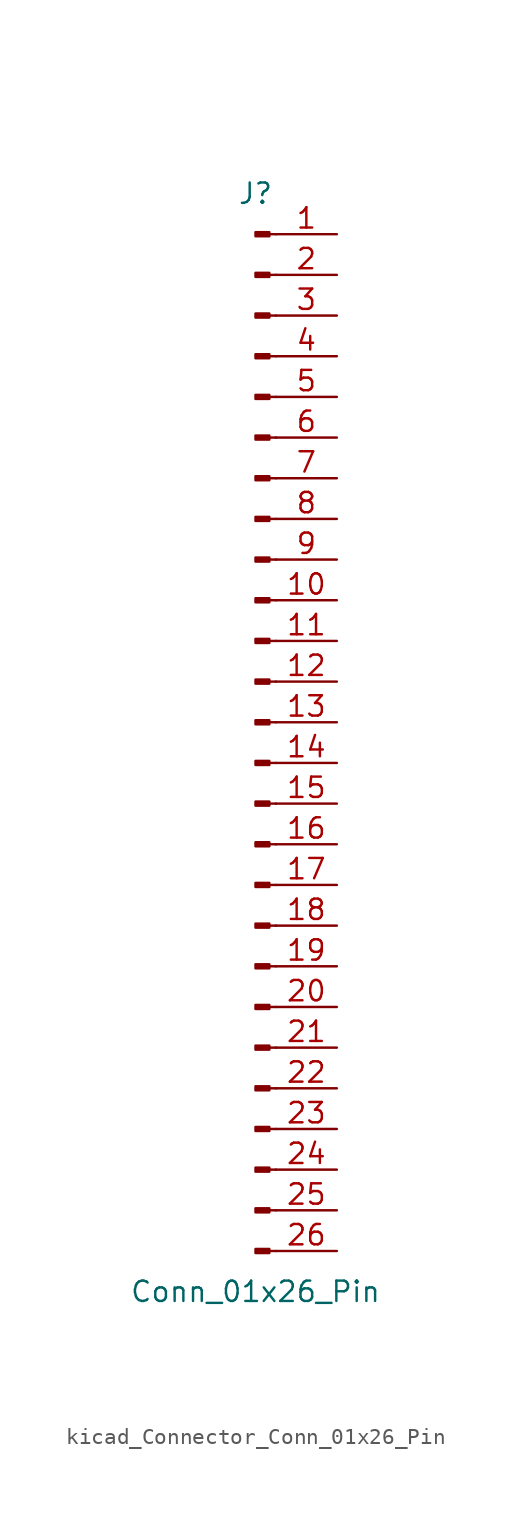
<source format=kicad_sym>
(kicad_symbol_lib
  (version 20220914)
  (generator kicad_symbol_editor)
  (symbol "kicad_Connector_Conn_01x26_Pin"
    (pin_names
      (offset 1.016) hide)
    (property "Reference" "J"
      (at 0 33.02 0)
      (effects (font (size 1.27 1.27))))
    (property "Value" "Conn_01x26_Pin"
      (at 0 -35.56 0)
      (effects (font (size 1.27 1.27))))
    (property "ki_locked" ""
      (at 0 0 0)
      (effects (font (size 1.27 1.27))))
    (symbol "kicad_Connector_Conn_01x26_Pin_1_1"
      (polyline (pts (xy 1.27 -33.02) (xy 0.864 -33.02)) (stroke (width 0.152) (type default)) (fill (type none)))
      (polyline (pts (xy 1.27 -30.48) (xy 0.864 -30.48)) (stroke (width 0.152) (type default)) (fill (type none)))
      (polyline (pts (xy 1.27 -27.94) (xy 0.864 -27.94)) (stroke (width 0.152) (type default)) (fill (type none)))
      (polyline (pts (xy 1.27 -25.4) (xy 0.864 -25.4)) (stroke (width 0.152) (type default)) (fill (type none)))
      (polyline (pts (xy 1.27 -22.86) (xy 0.864 -22.86)) (stroke (width 0.152) (type default)) (fill (type none)))
      (polyline (pts (xy 1.27 -20.32) (xy 0.864 -20.32)) (stroke (width 0.152) (type default)) (fill (type none)))
      (polyline (pts (xy 1.27 -17.78) (xy 0.864 -17.78)) (stroke (width 0.152) (type default)) (fill (type none)))
      (polyline (pts (xy 1.27 -15.24) (xy 0.864 -15.24)) (stroke (width 0.152) (type default)) (fill (type none)))
      (polyline (pts (xy 1.27 -12.7) (xy 0.864 -12.7)) (stroke (width 0.152) (type default)) (fill (type none)))
      (polyline (pts (xy 1.27 -10.16) (xy 0.864 -10.16)) (stroke (width 0.152) (type default)) (fill (type none)))
      (polyline (pts (xy 1.27 -7.62) (xy 0.864 -7.62)) (stroke (width 0.152) (type default)) (fill (type none)))
      (polyline (pts (xy 1.27 -5.08) (xy 0.864 -5.08)) (stroke (width 0.152) (type default)) (fill (type none)))
      (polyline (pts (xy 1.27 -2.54) (xy 0.864 -2.54)) (stroke (width 0.152) (type default)) (fill (type none)))
      (polyline (pts (xy 1.27 0) (xy 0.864 0)) (stroke (width 0.152) (type default)) (fill (type none)))
      (polyline (pts (xy 1.27 2.54) (xy 0.864 2.54)) (stroke (width 0.152) (type default)) (fill (type none)))
      (polyline (pts (xy 1.27 5.08) (xy 0.864 5.08)) (stroke (width 0.152) (type default)) (fill (type none)))
      (polyline (pts (xy 1.27 7.62) (xy 0.864 7.62)) (stroke (width 0.152) (type default)) (fill (type none)))
      (polyline (pts (xy 1.27 10.16) (xy 0.864 10.16)) (stroke (width 0.152) (type default)) (fill (type none)))
      (polyline (pts (xy 1.27 12.7) (xy 0.864 12.7)) (stroke (width 0.152) (type default)) (fill (type none)))
      (polyline (pts (xy 1.27 15.24) (xy 0.864 15.24)) (stroke (width 0.152) (type default)) (fill (type none)))
      (polyline (pts (xy 1.27 17.78) (xy 0.864 17.78)) (stroke (width 0.152) (type default)) (fill (type none)))
      (polyline (pts (xy 1.27 20.32) (xy 0.864 20.32)) (stroke (width 0.152) (type default)) (fill (type none)))
      (polyline (pts (xy 1.27 22.86) (xy 0.864 22.86)) (stroke (width 0.152) (type default)) (fill (type none)))
      (polyline (pts (xy 1.27 25.4) (xy 0.864 25.4)) (stroke (width 0.152) (type default)) (fill (type none)))
      (polyline (pts (xy 1.27 27.94) (xy 0.864 27.94)) (stroke (width 0.152) (type default)) (fill (type none)))
      (polyline (pts (xy 1.27 30.48) (xy 0.864 30.48)) (stroke (width 0.152) (type default)) (fill (type none)))
      (rectangle (start 0.864 -32.893) (end 0 -33.147) (stroke (width 0.152) (type default)) (fill (type outline)))
      (rectangle (start 0.864 -30.353) (end 0 -30.607) (stroke (width 0.152) (type default)) (fill (type outline)))
      (rectangle (start 0.864 -27.813) (end 0 -28.067) (stroke (width 0.152) (type default)) (fill (type outline)))
      (rectangle (start 0.864 -25.273) (end 0 -25.527) (stroke (width 0.152) (type default)) (fill (type outline)))
      (rectangle (start 0.864 -22.733) (end 0 -22.987) (stroke (width 0.152) (type default)) (fill (type outline)))
      (rectangle (start 0.864 -20.193) (end 0 -20.447) (stroke (width 0.152) (type default)) (fill (type outline)))
      (rectangle (start 0.864 -17.653) (end 0 -17.907) (stroke (width 0.152) (type default)) (fill (type outline)))
      (rectangle (start 0.864 -15.113) (end 0 -15.367) (stroke (width 0.152) (type default)) (fill (type outline)))
      (rectangle (start 0.864 -12.573) (end 0 -12.827) (stroke (width 0.152) (type default)) (fill (type outline)))
      (rectangle (start 0.864 -10.033) (end 0 -10.287) (stroke (width 0.152) (type default)) (fill (type outline)))
      (rectangle (start 0.864 -7.493) (end 0 -7.747) (stroke (width 0.152) (type default)) (fill (type outline)))
      (rectangle (start 0.864 -4.953) (end 0 -5.207) (stroke (width 0.152) (type default)) (fill (type outline)))
      (rectangle (start 0.864 -2.413) (end 0 -2.667) (stroke (width 0.152) (type default)) (fill (type outline)))
      (rectangle (start 0.864 0.127) (end 0 -0.127) (stroke (width 0.152) (type default)) (fill (type outline)))
      (rectangle (start 0.864 2.667) (end 0 2.413) (stroke (width 0.152) (type default)) (fill (type outline)))
      (rectangle (start 0.864 5.207) (end 0 4.953) (stroke (width 0.152) (type default)) (fill (type outline)))
      (rectangle (start 0.864 7.747) (end 0 7.493) (stroke (width 0.152) (type default)) (fill (type outline)))
      (rectangle (start 0.864 10.287) (end 0 10.033) (stroke (width 0.152) (type default)) (fill (type outline)))
      (rectangle (start 0.864 12.827) (end 0 12.573) (stroke (width 0.152) (type default)) (fill (type outline)))
      (rectangle (start 0.864 15.367) (end 0 15.113) (stroke (width 0.152) (type default)) (fill (type outline)))
      (rectangle (start 0.864 17.907) (end 0 17.653) (stroke (width 0.152) (type default)) (fill (type outline)))
      (rectangle (start 0.864 20.447) (end 0 20.193) (stroke (width 0.152) (type default)) (fill (type outline)))
      (rectangle (start 0.864 22.987) (end 0 22.733) (stroke (width 0.152) (type default)) (fill (type outline)))
      (rectangle (start 0.864 25.527) (end 0 25.273) (stroke (width 0.152) (type default)) (fill (type outline)))
      (rectangle (start 0.864 28.067) (end 0 27.813) (stroke (width 0.152) (type default)) (fill (type outline)))
      (rectangle (start 0.864 30.607) (end 0 30.353) (stroke (width 0.152) (type default)) (fill (type outline)))
      (pin passive line (at 5.08 30.48 180) (length 3.81) (name "Pin_1" (effects (font (size 1.27 1.27)))) (number "1" (effects (font (size 1.27 1.27)))))
      (pin passive line (at 5.08 7.62 180) (length 3.81) (name "Pin_10" (effects (font (size 1.27 1.27)))) (number "10" (effects (font (size 1.27 1.27)))))
      (pin passive line (at 5.08 5.08 180) (length 3.81) (name "Pin_11" (effects (font (size 1.27 1.27)))) (number "11" (effects (font (size 1.27 1.27)))))
      (pin passive line (at 5.08 2.54 180) (length 3.81) (name "Pin_12" (effects (font (size 1.27 1.27)))) (number "12" (effects (font (size 1.27 1.27)))))
      (pin passive line (at 5.08 0 180) (length 3.81) (name "Pin_13" (effects (font (size 1.27 1.27)))) (number "13" (effects (font (size 1.27 1.27)))))
      (pin passive line (at 5.08 -2.54 180) (length 3.81) (name "Pin_14" (effects (font (size 1.27 1.27)))) (number "14" (effects (font (size 1.27 1.27)))))
      (pin passive line (at 5.08 -5.08 180) (length 3.81) (name "Pin_15" (effects (font (size 1.27 1.27)))) (number "15" (effects (font (size 1.27 1.27)))))
      (pin passive line (at 5.08 -7.62 180) (length 3.81) (name "Pin_16" (effects (font (size 1.27 1.27)))) (number "16" (effects (font (size 1.27 1.27)))))
      (pin passive line (at 5.08 -10.16 180) (length 3.81) (name "Pin_17" (effects (font (size 1.27 1.27)))) (number "17" (effects (font (size 1.27 1.27)))))
      (pin passive line (at 5.08 -12.7 180) (length 3.81) (name "Pin_18" (effects (font (size 1.27 1.27)))) (number "18" (effects (font (size 1.27 1.27)))))
      (pin passive line (at 5.08 -15.24 180) (length 3.81) (name "Pin_19" (effects (font (size 1.27 1.27)))) (number "19" (effects (font (size 1.27 1.27)))))
      (pin passive line (at 5.08 27.94 180) (length 3.81) (name "Pin_2" (effects (font (size 1.27 1.27)))) (number "2" (effects (font (size 1.27 1.27)))))
      (pin passive line (at 5.08 -17.78 180) (length 3.81) (name "Pin_20" (effects (font (size 1.27 1.27)))) (number "20" (effects (font (size 1.27 1.27)))))
      (pin passive line (at 5.08 -20.32 180) (length 3.81) (name "Pin_21" (effects (font (size 1.27 1.27)))) (number "21" (effects (font (size 1.27 1.27)))))
      (pin passive line (at 5.08 -22.86 180) (length 3.81) (name "Pin_22" (effects (font (size 1.27 1.27)))) (number "22" (effects (font (size 1.27 1.27)))))
      (pin passive line (at 5.08 -25.4 180) (length 3.81) (name "Pin_23" (effects (font (size 1.27 1.27)))) (number "23" (effects (font (size 1.27 1.27)))))
      (pin passive line (at 5.08 -27.94 180) (length 3.81) (name "Pin_24" (effects (font (size 1.27 1.27)))) (number "24" (effects (font (size 1.27 1.27)))))
      (pin passive line (at 5.08 -30.48 180) (length 3.81) (name "Pin_25" (effects (font (size 1.27 1.27)))) (number "25" (effects (font (size 1.27 1.27)))))
      (pin passive line (at 5.08 -33.02 180) (length 3.81) (name "Pin_26" (effects (font (size 1.27 1.27)))) (number "26" (effects (font (size 1.27 1.27)))))
      (pin passive line (at 5.08 25.4 180) (length 3.81) (name "Pin_3" (effects (font (size 1.27 1.27)))) (number "3" (effects (font (size 1.27 1.27)))))
      (pin passive line (at 5.08 22.86 180) (length 3.81) (name "Pin_4" (effects (font (size 1.27 1.27)))) (number "4" (effects (font (size 1.27 1.27)))))
      (pin passive line (at 5.08 20.32 180) (length 3.81) (name "Pin_5" (effects (font (size 1.27 1.27)))) (number "5" (effects (font (size 1.27 1.27)))))
      (pin passive line (at 5.08 17.78 180) (length 3.81) (name "Pin_6" (effects (font (size 1.27 1.27)))) (number "6" (effects (font (size 1.27 1.27)))))
      (pin passive line (at 5.08 15.24 180) (length 3.81) (name "Pin_7" (effects (font (size 1.27 1.27)))) (number "7" (effects (font (size 1.27 1.27)))))
      (pin passive line (at 5.08 12.7 180) (length 3.81) (name "Pin_8" (effects (font (size 1.27 1.27)))) (number "8" (effects (font (size 1.27 1.27)))))
      (pin passive line (at 5.08 10.16 180) (length 3.81) (name "Pin_9" (effects (font (size 1.27 1.27)))) (number "9" (effects (font (size 1.27 1.27))))))))
</source>
